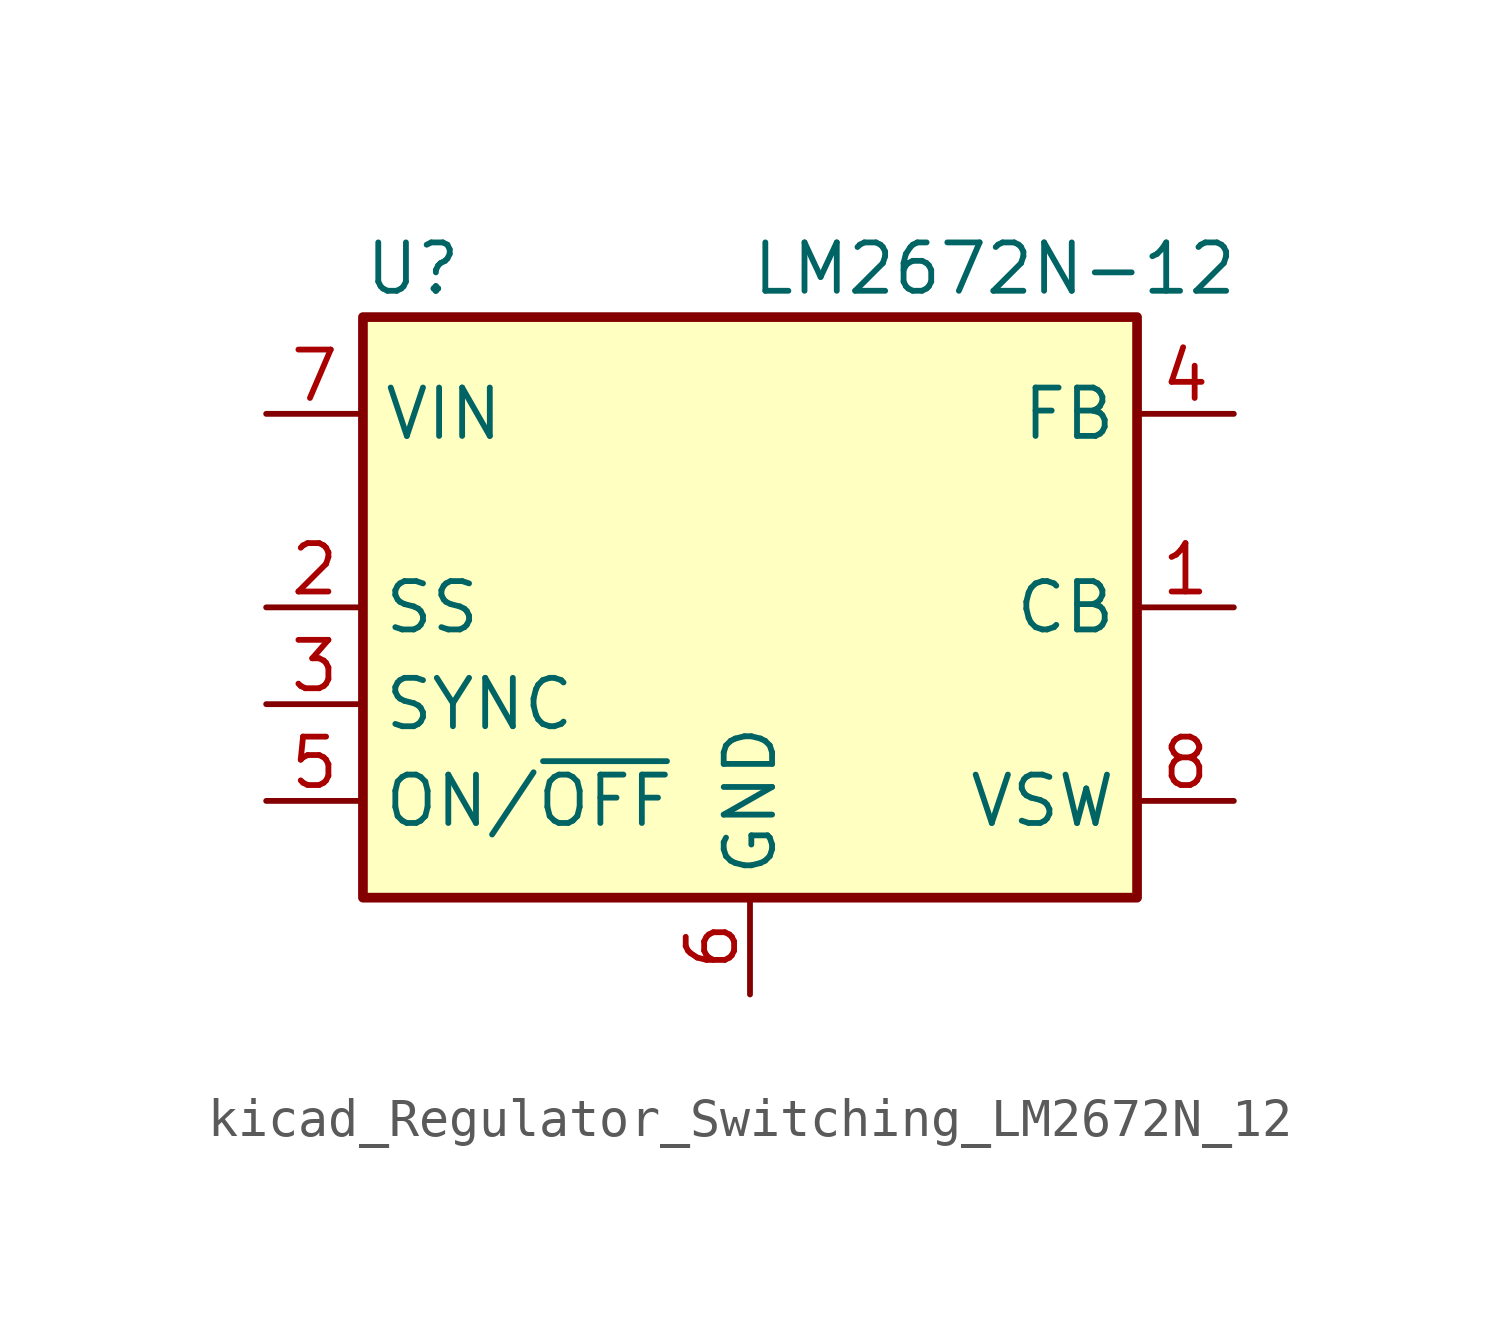
<source format=kicad_sym>
(kicad_symbol_lib
  (version 20220914)
  (generator kicad_symbol_editor)
  (symbol "kicad_Regulator_Switching_LM2672N_12"
    (property "Reference" "U"
      (at -10.16 8.89 0)
      (effects (font (size 1.27 1.27)) (justify left)))
    (property "Value" "LM2672N-12"
      (at 0 8.89 0)
      (effects (font (size 1.27 1.27)) (justify left)))
    (symbol "kicad_Regulator_Switching_LM2672N_12_0_1"
      (rectangle (start -10.16 7.62) (end 10.16 -7.62) (stroke (width 0.254) (type default)) (fill (type background))))
    (symbol "kicad_Regulator_Switching_LM2672N_12_1_1"
      (pin input line (at 12.7 0 180) (length 2.54) (name "CB" (effects (font (size 1.27 1.27)))) (number "1" (effects (font (size 1.27 1.27)))))
      (pin input line (at -12.7 0 0) (length 2.54) (name "SS" (effects (font (size 1.27 1.27)))) (number "2" (effects (font (size 1.27 1.27)))))
      (pin input line (at -12.7 -2.54 0) (length 2.54) (name "SYNC" (effects (font (size 1.27 1.27)))) (number "3" (effects (font (size 1.27 1.27)))))
      (pin input line (at 12.7 5.08 180) (length 2.54) (name "FB" (effects (font (size 1.27 1.27)))) (number "4" (effects (font (size 1.27 1.27)))))
      (pin input line (at -12.7 -5.08 0) (length 2.54) (name "ON/~{OFF}" (effects (font (size 1.27 1.27)))) (number "5" (effects (font (size 1.27 1.27)))))
      (pin power_in line (at 0 -10.16 90) (length 2.54) (name "GND" (effects (font (size 1.27 1.27)))) (number "6" (effects (font (size 1.27 1.27)))))
      (pin power_in line (at -12.7 5.08 0) (length 2.54) (name "VIN" (effects (font (size 1.27 1.27)))) (number "7" (effects (font (size 1.27 1.27)))))
      (pin output line (at 12.7 -5.08 180) (length 2.54) (name "VSW" (effects (font (size 1.27 1.27)))) (number "8" (effects (font (size 1.27 1.27))))))))
</source>
